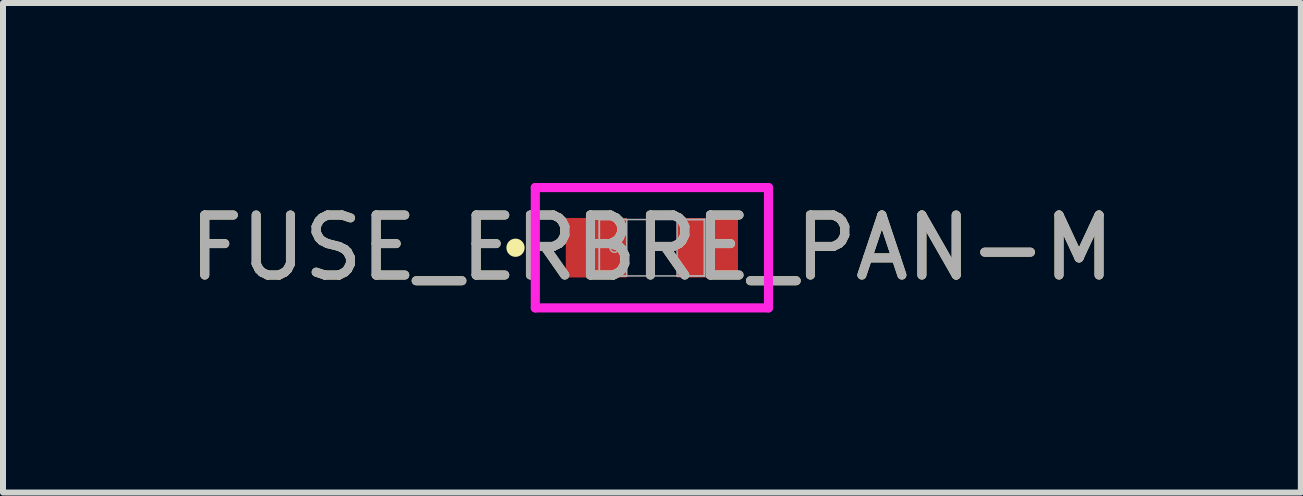
<source format=kicad_pcb>
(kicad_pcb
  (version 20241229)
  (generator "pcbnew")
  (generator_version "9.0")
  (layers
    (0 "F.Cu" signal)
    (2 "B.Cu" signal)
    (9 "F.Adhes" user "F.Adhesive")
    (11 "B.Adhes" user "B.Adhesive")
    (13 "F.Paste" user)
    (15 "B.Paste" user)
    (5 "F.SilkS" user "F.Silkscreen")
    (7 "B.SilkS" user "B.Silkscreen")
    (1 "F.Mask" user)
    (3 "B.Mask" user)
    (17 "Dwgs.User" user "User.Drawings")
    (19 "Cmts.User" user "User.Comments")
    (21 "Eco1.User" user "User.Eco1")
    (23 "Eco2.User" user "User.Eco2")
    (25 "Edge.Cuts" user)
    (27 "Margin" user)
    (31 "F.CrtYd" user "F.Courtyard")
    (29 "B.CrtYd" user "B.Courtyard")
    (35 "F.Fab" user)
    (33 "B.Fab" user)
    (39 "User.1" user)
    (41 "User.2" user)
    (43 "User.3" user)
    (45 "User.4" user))
  (footprint "FUSE_ERBRE_PAN-M"
    (layer "F.Cu")
    (at 7.815 1.079)
    (property "Reference" "FUSE_ERBRE_PAN-M" (at 0 0 0) (unlocked yes) (layer "F.SilkS") (effects (font (size 1 1) (thickness 0.15))))
    (attr smd)
    (fp_circle (center -2.273 0) (end -2.197 0) (stroke (width 0.152) (type solid)) (fill no) (layer "F.SilkS"))
    (fp_line (start -1.943 -1.003) (end 1.943 -1.003) (stroke (width 0.152) (type solid)) (layer "F.CrtYd"))
    (fp_line (start -1.943 1.003) (end -1.943 -1.003) (stroke (width 0.152) (type solid)) (layer "F.CrtYd"))
    (fp_line (start 1.943 -1.003) (end 1.943 1.003) (stroke (width 0.152) (type solid)) (layer "F.CrtYd"))
    (fp_line (start 1.943 1.003) (end -1.943 1.003) (stroke (width 0.152) (type solid)) (layer "F.CrtYd"))
    (fp_line (start -0.876 -0.47) (end -0.876 0.47) (stroke (width 0.025) (type solid)) (layer "F.Fab"))
    (fp_line (start -0.876 -0.47) (end -0.876 0.47) (stroke (width 0.025) (type solid)) (layer "F.Fab"))
    (fp_line (start -0.876 0.47) (end -0.419 0.47) (stroke (width 0.025) (type solid)) (layer "F.Fab"))
    (fp_line (start -0.876 0.47) (end 0.876 0.47) (stroke (width 0.025) (type solid)) (layer "F.Fab"))
    (fp_line (start -0.419 -0.47) (end -0.876 -0.47) (stroke (width 0.025) (type solid)) (layer "F.Fab"))
    (fp_line (start -0.419 0.47) (end -0.419 -0.47) (stroke (width 0.025) (type solid)) (layer "F.Fab"))
    (fp_line (start 0.419 -0.47) (end 0.419 0.47) (stroke (width 0.025) (type solid)) (layer "F.Fab"))
    (fp_line (start 0.419 0.47) (end 0.876 0.47) (stroke (width 0.025) (type solid)) (layer "F.Fab"))
    (fp_line (start 0.876 -0.47) (end -0.876 -0.47) (stroke (width 0.025) (type solid)) (layer "F.Fab"))
    (fp_line (start 0.876 -0.47) (end 0.419 -0.47) (stroke (width 0.025) (type solid)) (layer "F.Fab"))
    (fp_line (start 0.876 0.47) (end 0.876 -0.47) (stroke (width 0.025) (type solid)) (layer "F.Fab"))
    (fp_line (start 0.876 0.47) (end 0.876 -0.47) (stroke (width 0.025) (type solid)) (layer "F.Fab"))
    (fp_circle (center -0.622 0) (end -0.546 0) (stroke (width 0.025) (type solid)) (fill no) (layer "F.Fab"))
    (fp_text user "${REFERENCE}" (at 0 0 0) (unlocked yes) (layer "F.Fab") (effects (font (size 1 1) (thickness 0.15))))
    (pad "1" smd rect (at -0.927 0) (size 1.016 0.991) (layers "F.Cu" "F.Mask" "F.Paste"))
    (pad "2" smd rect (at 0.927 0) (size 1.016 0.991) (layers "F.Cu" "F.Mask" "F.Paste"))
    (zone (net_name "") (layer "F.Cu") (hatch full 0.508) (connect_pads) (min_thickness 0.254) (filled_areas_thickness no) (keepout (tracks not_allowed) (vias not_allowed) (pads allowed) (copperpour not_allowed) (footprints allowed)) (placement (enabled no)) (fill) (polygon (pts (xy 7.447 0.66) (xy 8.184 0.66) (xy 8.184 1.499) (xy 7.447 1.499)))))
  (gr_rect
    (start -3 -3)
    (end 18.631 5.159)
    (stroke (width 0.1) (type default))
    (fill no)
    (layer "Edge.Cuts")))
</source>
